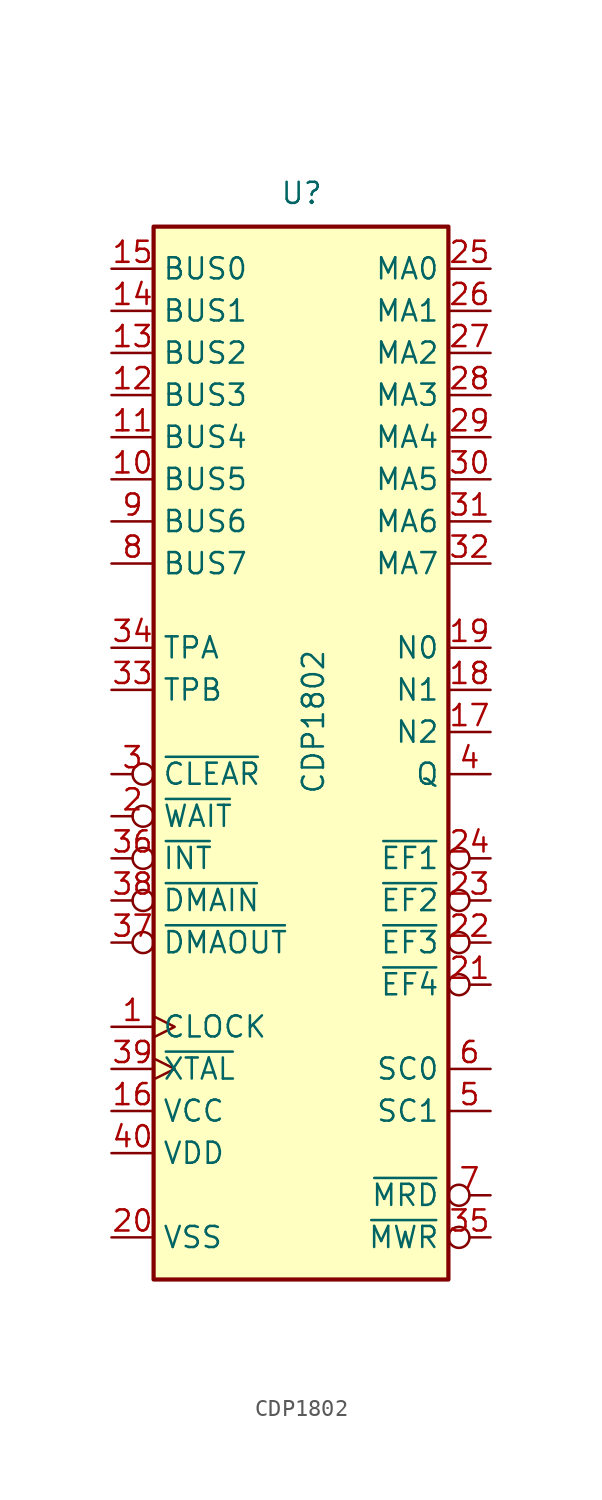
<source format=kicad_sym>
(kicad_symbol_lib
  (version 20231120)
  (generator "kicad_symbol_editor")
  (generator_version "8.0")
  (symbol "CDP1802"
    (property "Reference" "U"
      (at -1.27 31.75 0)
      (effects (font (size 1.27 1.27)) (justify left bottom)))
    (property "Value" "CDP1802"
      (at 0 -3.81 90)
      (effects (font (size 1.27 1.27)) (justify left top)))
    (symbol "CDP1802_0_0"
      (pin input clock (at -11.43 -17.78 0) (length 2.54) (name "CLOCK" (effects (font (size 1.27 1.27)))) (number "1" (effects (font (size 1.27 1.27)))))
      (pin input inverted (at -11.43 -2.54 0) (length 2.54) (name "~{CLEAR}" (effects (font (size 1.27 1.27)))) (number "3" (effects (font (size 1.27 1.27)))))
      (pin output inverted (at 11.43 -30.48 180) (length 2.54) (name "~{MWR}" (effects (font (size 1.27 1.27)))) (number "35" (effects (font (size 1.27 1.27))))))
    (symbol "CDP1802_0_1"
      (rectangle (start -8.89 -33.02) (end 8.89 30.48) (stroke (width 0.254) (type default)) (fill (type background))))
    (symbol "CDP1802_1_1"
      (pin bidirectional line (at -11.43 15.24 0) (length 2.54) (name "BUS5" (effects (font (size 1.27 1.27)))) (number "10" (effects (font (size 1.27 1.27)))))
      (pin bidirectional line (at -11.43 17.78 0) (length 2.54) (name "BUS4" (effects (font (size 1.27 1.27)))) (number "11" (effects (font (size 1.27 1.27)))))
      (pin bidirectional line (at -11.43 20.32 0) (length 2.54) (name "BUS3" (effects (font (size 1.27 1.27)))) (number "12" (effects (font (size 1.27 1.27)))))
      (pin bidirectional line (at -11.43 22.86 0) (length 2.54) (name "BUS2" (effects (font (size 1.27 1.27)))) (number "13" (effects (font (size 1.27 1.27)))))
      (pin bidirectional line (at -11.43 25.4 0) (length 2.54) (name "BUS1" (effects (font (size 1.27 1.27)))) (number "14" (effects (font (size 1.27 1.27)))))
      (pin bidirectional line (at -11.43 27.94 0) (length 2.54) (name "BUS0" (effects (font (size 1.27 1.27)))) (number "15" (effects (font (size 1.27 1.27)))))
      (pin power_in line (at -11.43 -22.86 0) (length 2.54) (name "VCC" (effects (font (size 1.27 1.27)))) (number "16" (effects (font (size 1.27 1.27)))))
      (pin output line (at 11.43 0 180) (length 2.54) (name "N2" (effects (font (size 1.27 1.27)))) (number "17" (effects (font (size 1.27 1.27)))))
      (pin output line (at 11.43 2.54 180) (length 2.54) (name "N1" (effects (font (size 1.27 1.27)))) (number "18" (effects (font (size 1.27 1.27)))))
      (pin output line (at 11.43 5.08 180) (length 2.54) (name "N0" (effects (font (size 1.27 1.27)))) (number "19" (effects (font (size 1.27 1.27)))))
      (pin input inverted (at -11.43 -5.08 0) (length 2.54) (name "~{WAIT}" (effects (font (size 1.27 1.27)))) (number "2" (effects (font (size 1.27 1.27)))))
      (pin power_in line (at -11.43 -30.48 0) (length 2.54) (name "VSS" (effects (font (size 1.27 1.27)))) (number "20" (effects (font (size 1.27 1.27)))))
      (pin input inverted (at 11.43 -15.24 180) (length 2.54) (name "~{EF4}" (effects (font (size 1.27 1.27)))) (number "21" (effects (font (size 1.27 1.27)))))
      (pin input inverted (at 11.43 -12.7 180) (length 2.54) (name "~{EF3}" (effects (font (size 1.27 1.27)))) (number "22" (effects (font (size 1.27 1.27)))))
      (pin input inverted (at 11.43 -10.16 180) (length 2.54) (name "~{EF2}" (effects (font (size 1.27 1.27)))) (number "23" (effects (font (size 1.27 1.27)))))
      (pin input inverted (at 11.43 -7.62 180) (length 2.54) (name "~{EF1}" (effects (font (size 1.27 1.27)))) (number "24" (effects (font (size 1.27 1.27)))))
      (pin output line (at 11.43 27.94 180) (length 2.54) (name "MA0" (effects (font (size 1.27 1.27)))) (number "25" (effects (font (size 1.27 1.27)))))
      (pin output line (at 11.43 25.4 180) (length 2.54) (name "MA1" (effects (font (size 1.27 1.27)))) (number "26" (effects (font (size 1.27 1.27)))))
      (pin output line (at 11.43 22.86 180) (length 2.54) (name "MA2" (effects (font (size 1.27 1.27)))) (number "27" (effects (font (size 1.27 1.27)))))
      (pin output line (at 11.43 20.32 180) (length 2.54) (name "MA3" (effects (font (size 1.27 1.27)))) (number "28" (effects (font (size 1.27 1.27)))))
      (pin output line (at 11.43 17.78 180) (length 2.54) (name "MA4" (effects (font (size 1.27 1.27)))) (number "29" (effects (font (size 1.27 1.27)))))
      (pin output line (at 11.43 15.24 180) (length 2.54) (name "MA5" (effects (font (size 1.27 1.27)))) (number "30" (effects (font (size 1.27 1.27)))))
      (pin output line (at 11.43 12.7 180) (length 2.54) (name "MA6" (effects (font (size 1.27 1.27)))) (number "31" (effects (font (size 1.27 1.27)))))
      (pin output line (at 11.43 10.16 180) (length 2.54) (name "MA7" (effects (font (size 1.27 1.27)))) (number "32" (effects (font (size 1.27 1.27)))))
      (pin output line (at -11.43 2.54 0) (length 2.54) (name "TPB" (effects (font (size 1.27 1.27)))) (number "33" (effects (font (size 1.27 1.27)))))
      (pin output line (at -11.43 5.08 0) (length 2.54) (name "TPA" (effects (font (size 1.27 1.27)))) (number "34" (effects (font (size 1.27 1.27)))))
      (pin input inverted (at -11.43 -7.62 0) (length 2.54) (name "~{INT}" (effects (font (size 1.27 1.27)))) (number "36" (effects (font (size 1.27 1.27)))))
      (pin input inverted (at -11.43 -12.7 0) (length 2.54) (name "~{DMAOUT}" (effects (font (size 1.27 1.27)))) (number "37" (effects (font (size 1.27 1.27)))))
      (pin input inverted (at -11.43 -10.16 0) (length 2.54) (name "~{DMAIN}" (effects (font (size 1.27 1.27)))) (number "38" (effects (font (size 1.27 1.27)))))
      (pin output clock (at -11.43 -20.32 0) (length 2.54) (name "~{XTAL}" (effects (font (size 1.27 1.27)))) (number "39" (effects (font (size 1.27 1.27)))))
      (pin output line (at 11.43 -2.54 180) (length 2.54) (name "Q" (effects (font (size 1.27 1.27)))) (number "4" (effects (font (size 1.27 1.27)))))
      (pin power_in line (at -11.43 -25.4 0) (length 2.54) (name "VDD" (effects (font (size 1.27 1.27)))) (number "40" (effects (font (size 1.27 1.27)))))
      (pin output line (at 11.43 -22.86 180) (length 2.54) (name "SC1" (effects (font (size 1.27 1.27)))) (number "5" (effects (font (size 1.27 1.27)))))
      (pin output line (at 11.43 -20.32 180) (length 2.54) (name "SC0" (effects (font (size 1.27 1.27)))) (number "6" (effects (font (size 1.27 1.27)))))
      (pin output inverted (at 11.43 -27.94 180) (length 2.54) (name "~{MRD}" (effects (font (size 1.27 1.27)))) (number "7" (effects (font (size 1.27 1.27)))))
      (pin bidirectional line (at -11.43 10.16 0) (length 2.54) (name "BUS7" (effects (font (size 1.27 1.27)))) (number "8" (effects (font (size 1.27 1.27)))))
      (pin bidirectional line (at -11.43 12.7 0) (length 2.54) (name "BUS6" (effects (font (size 1.27 1.27)))) (number "9" (effects (font (size 1.27 1.27))))))))
</source>
